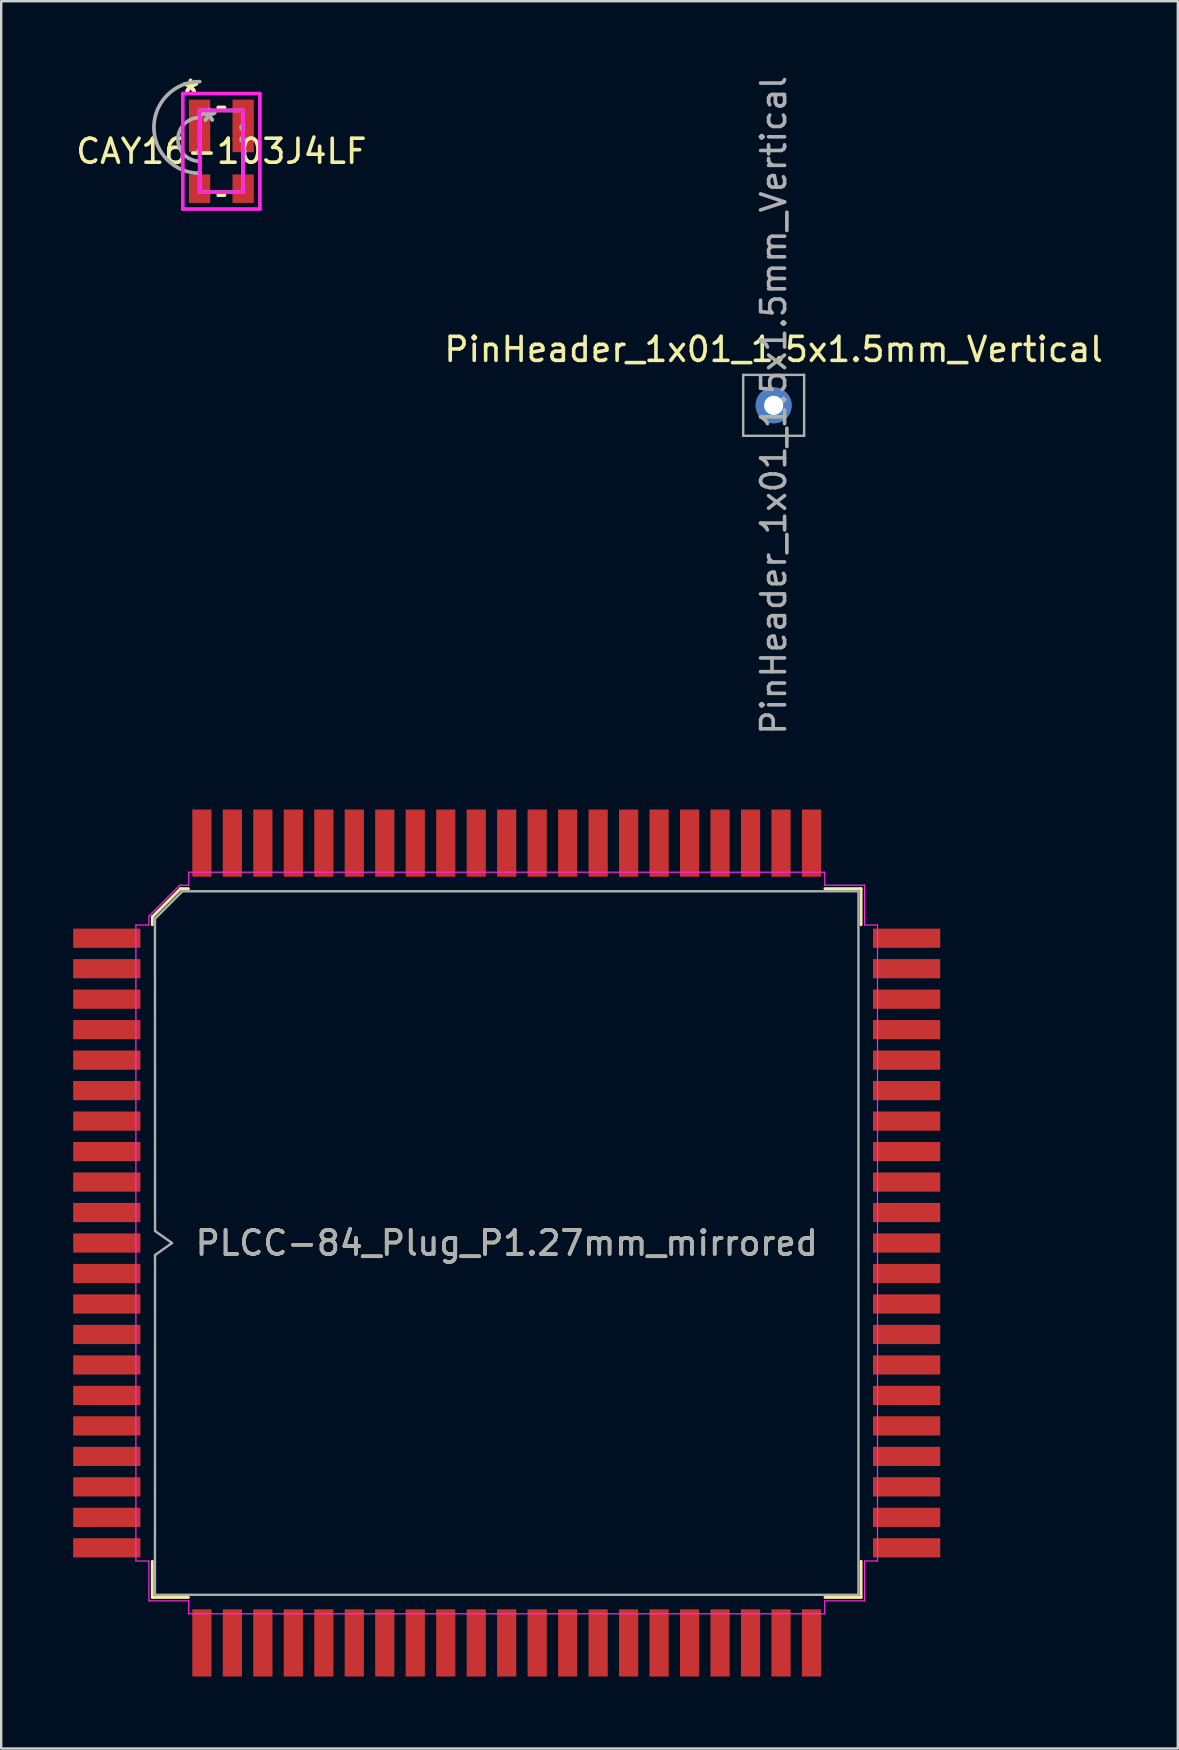
<source format=kicad_pcb>
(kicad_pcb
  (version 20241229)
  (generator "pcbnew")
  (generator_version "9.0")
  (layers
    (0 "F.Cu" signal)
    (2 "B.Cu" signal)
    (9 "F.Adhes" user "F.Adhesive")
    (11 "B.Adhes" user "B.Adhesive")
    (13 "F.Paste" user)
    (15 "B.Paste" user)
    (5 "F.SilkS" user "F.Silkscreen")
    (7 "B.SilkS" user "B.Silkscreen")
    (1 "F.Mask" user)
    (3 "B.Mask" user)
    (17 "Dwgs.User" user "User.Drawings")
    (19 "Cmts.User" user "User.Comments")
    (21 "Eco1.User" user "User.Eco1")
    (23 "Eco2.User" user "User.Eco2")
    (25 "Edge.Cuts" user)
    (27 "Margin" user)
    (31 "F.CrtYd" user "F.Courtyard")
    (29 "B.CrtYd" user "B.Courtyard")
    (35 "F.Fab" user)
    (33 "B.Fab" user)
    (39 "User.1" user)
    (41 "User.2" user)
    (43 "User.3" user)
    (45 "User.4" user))
  (footprint "PinHeader_1x01_1.5x1.5mm_Vertical"
    (layer "F.Cu")
    (at 29.185 13.839)
    (property "Reference" "PinHeader_1x01_1.5x1.5mm_Vertical" (at 0 -2.33 0) (layer "F.SilkS") (effects (font (size 1 1) (thickness 0.15))))
    (attr through_hole)
    (fp_line (start -1.27 -1.27) (end 1.27 -1.27) (stroke (width 0.1) (type solid)) (layer "F.Fab"))
    (fp_line (start -1.27 1.27) (end -1.27 -1.27) (stroke (width 0.1) (type solid)) (layer "F.Fab"))
    (fp_line (start 1.27 -1.27) (end 1.27 1.27) (stroke (width 0.1) (type solid)) (layer "F.Fab"))
    (fp_line (start 1.27 1.27) (end -1.27 1.27) (stroke (width 0.1) (type solid)) (layer "F.Fab"))
    (fp_text user "${REFERENCE}" (at 0 0 90) (layer "F.Fab") (effects (font (size 1 1) (thickness 0.15))))
    (pad "1" thru_hole oval (at 0 0) (size 1.5 1.5) (drill 0.8) (layers "*.Cu" "*.Mask")))
  (footprint "CAY16-103J4LF"
    (layer "F.Cu")
    (at 6.173 3.254)
    (property "Reference" "CAY16-103J4LF" (at 0 0 0) (layer "F.SilkS") (effects (font (size 1 1) (thickness 0.15))))
    (attr through_hole)
    (fp_line (start -0.131 -1.829) (end 0.131 -1.829) (stroke (width 0.152) (type solid)) (layer "F.SilkS"))
    (fp_line (start -0.131 1.829) (end 0.131 1.829) (stroke (width 0.152) (type solid)) (layer "F.SilkS"))
    (fp_line (start -1.606 -2.406) (end 1.606 -2.406) (stroke (width 0.152) (type solid)) (layer "F.CrtYd"))
    (fp_line (start -1.606 2.406) (end -1.606 -2.406) (stroke (width 0.152) (type solid)) (layer "F.CrtYd"))
    (fp_line (start -0.902 -1.702) (end 0.902 -1.702) (stroke (width 0.152) (type solid)) (layer "F.CrtYd"))
    (fp_line (start -0.902 1.702) (end -0.902 -1.702) (stroke (width 0.152) (type solid)) (layer "F.CrtYd"))
    (fp_line (start 0.902 -1.702) (end 0.902 1.702) (stroke (width 0.152) (type solid)) (layer "F.CrtYd"))
    (fp_line (start 0.902 1.702) (end -0.902 1.702) (stroke (width 0.152) (type solid)) (layer "F.CrtYd"))
    (fp_line (start 1.606 -2.406) (end 1.606 2.406) (stroke (width 0.152) (type solid)) (layer "F.CrtYd"))
    (fp_line (start 1.606 2.406) (end -1.606 2.406) (stroke (width 0.152) (type solid)) (layer "F.CrtYd"))
    (fp_line (start -0.902 -1.702) (end 0.902 -1.702) (stroke (width 0.152) (type solid)) (layer "F.Fab"))
    (fp_line (start -0.902 -1.075) (end -0.902 -0.414) (stroke (width 0.152) (type solid)) (layer "F.Fab"))
    (fp_line (start -0.902 -0.914) (end -0.902 -1.702) (stroke (width 0.152) (type solid)) (layer "F.Fab"))
    (fp_line (start -0.902 -0.575) (end -0.902 0.086) (stroke (width 0.152) (type solid)) (layer "F.Fab"))
    (fp_line (start -0.902 -0.074) (end -0.902 0.914) (stroke (width 0.152) (type solid)) (layer "F.Fab"))
    (fp_line (start -0.902 0.914) (end -0.902 1.702) (stroke (width 0.152) (type solid)) (layer "F.Fab"))
    (fp_line (start -0.902 1.702) (end 0.902 1.702) (stroke (width 0.152) (type solid)) (layer "F.Fab"))
    (fp_line (start -0.648 -1.702) (end -0.902 -1.448) (stroke (width 0.152) (type solid)) (layer "F.Fab"))
    (fp_line (start 0.902 -1.075) (end 0.902 -0.414) (stroke (width 0.152) (type solid)) (layer "F.Fab"))
    (fp_line (start 0.902 -0.914) (end 0.902 -1.702) (stroke (width 0.152) (type solid)) (layer "F.Fab"))
    (fp_line (start 0.902 -0.575) (end 0.902 0.086) (stroke (width 0.152) (type solid)) (layer "F.Fab"))
    (fp_line (start 0.902 -0.074) (end 0.902 0.914) (stroke (width 0.152) (type solid)) (layer "F.Fab"))
    (fp_line (start 0.902 0.914) (end 0.902 1.702) (stroke (width 0.152) (type solid)) (layer "F.Fab"))
    (fp_arc (start -0.9017 0.074422) (mid -0.970407 0.005715) (end -0.9017 -0.062992) (stroke (width 0.1524) (type solid)) (layer "F.Fab"))
    (fp_arc (start -0.9017 0.414274) (mid -1.810385 -0.494411) (end -0.9017 -1.403096) (stroke (width 0.1524) (type solid)) (layer "F.Fab"))
    (fp_arc (start -0.9017 0.9144) (mid -2.810637 -0.994537) (end -0.9017 -2.903474) (stroke (width 0.1524) (type solid)) (layer "F.Fab"))
    (fp_arc (start 0.9017 -0.9144) (mid 0.821563 -0.994537) (end 0.9017 -1.074674) (stroke (width 0.1524) (type solid)) (layer "F.Fab"))
    (fp_arc (start 0.9017 -0.414274) (mid 0.821563 -0.494411) (end 0.9017 -0.574548) (stroke (width 0.1524) (type solid)) (layer "F.Fab"))
    (fp_arc (start 0.9017 -0.074422) (mid 0.981837 0.005715) (end 0.9017 0.085852) (stroke (width 0.1524) (type solid)) (layer "F.Fab"))
    (fp_text user "*" (at -1.283 -2.406 0) (layer "F.SilkS") (effects (font (size 1 1) (thickness 0.15))))
    (fp_text user "*" (at -1.283 -2.406 0) (layer "F.SilkS") (effects (font (size 1 1) (thickness 0.15))))
    (fp_text user "Copyright 2016 Accelerated Designs. All rights reserved." (at 0 0 0) (layer "Cmts.User") (effects (font (size 0.127 0.127) (thickness 0.002))))
    (fp_text user "*" (at -0.521 -1.194 0) (layer "F.Fab") (effects (font (size 1 1) (thickness 0.15))))
    (fp_text user "*" (at -0.521 -1.194 0) (layer "F.Fab") (effects (font (size 1 1) (thickness 0.15))))
    (pad "1" smd rect (at -0.908 -1.558) (size 0.888 1.187) (layers "F.Cu" "F.Mask" "F.Paste"))
    (pad "2" smd rect (at -0.908 -0.744) (size 0.888 0.56) (layers "F.Cu" "F.Mask" "F.Paste"))
    (pad "3" smd rect (at -0.908 -0.244) (size 0.888 0.56) (layers "F.Cu" "F.Mask" "F.Paste"))
    (pad "4" smd rect (at -0.908 1.558) (size 0.888 1.187) (layers "F.Cu" "F.Mask" "F.Paste"))
    (pad "5" smd rect (at 0.908 1.558) (size 0.888 1.187) (layers "F.Cu" "F.Mask" "F.Paste"))
    (pad "6" smd rect (at 0.908 -0.244) (size 0.888 0.56) (layers "F.Cu" "F.Mask" "F.Paste"))
    (pad "7" smd rect (at 0.908 -0.744) (size 0.888 0.56) (layers "F.Cu" "F.Mask" "F.Paste"))
    (pad "8" smd rect (at 0.908 -1.558) (size 0.888 1.187) (layers "F.Cu" "F.Mask" "F.Paste")))
  (footprint "PLCC-84_Plug_P1.27mm_mirrored"
    (layer "F.Cu")
    (at 18.062 48.741)
    (property "Reference" "PLCC-84_Plug_P1.27mm_mirrored" (at 0 0.001 0) (layer "F.SilkS") (effects (font (size 1 1) (thickness 0.15))))
    (attr smd)
    (fp_line (start -14.766 -13.591) (end -14.766 -13.26) (stroke (width 0.12) (type solid)) (layer "F.SilkS"))
    (fp_line (start -14.766 14.766) (end -14.766 13.26) (stroke (width 0.12) (type solid)) (layer "F.SilkS"))
    (fp_line (start -13.591 -14.766) (end -14.766 -13.591) (stroke (width 0.12) (type solid)) (layer "F.SilkS"))
    (fp_line (start -13.26 -14.766) (end -13.591 -14.766) (stroke (width 0.12) (type solid)) (layer "F.SilkS"))
    (fp_line (start -13.26 14.766) (end -14.766 14.766) (stroke (width 0.12) (type solid)) (layer "F.SilkS"))
    (fp_line (start 13.26 -14.766) (end 14.766 -14.766) (stroke (width 0.12) (type solid)) (layer "F.SilkS"))
    (fp_line (start 13.26 14.766) (end 14.766 14.766) (stroke (width 0.12) (type solid)) (layer "F.SilkS"))
    (fp_line (start 14.766 -14.766) (end 14.766 -13.26) (stroke (width 0.12) (type solid)) (layer "F.SilkS"))
    (fp_line (start 14.766 14.766) (end 14.766 13.26) (stroke (width 0.12) (type solid)) (layer "F.SilkS"))
    (fp_line (start -15.45 -13.25) (end -15.45 0) (stroke (width 0.05) (type solid)) (layer "F.CrtYd"))
    (fp_line (start -15.45 13.25) (end -15.45 0) (stroke (width 0.05) (type solid)) (layer "F.CrtYd"))
    (fp_line (start -14.91 -13.62) (end -14.91 -13.25) (stroke (width 0.05) (type solid)) (layer "F.CrtYd"))
    (fp_line (start -14.91 -13.25) (end -15.45 -13.25) (stroke (width 0.05) (type solid)) (layer "F.CrtYd"))
    (fp_line (start -14.91 13.25) (end -15.45 13.25) (stroke (width 0.05) (type solid)) (layer "F.CrtYd"))
    (fp_line (start -14.91 14.91) (end -14.91 13.25) (stroke (width 0.05) (type solid)) (layer "F.CrtYd"))
    (fp_line (start -13.62 -14.91) (end -14.91 -13.62) (stroke (width 0.05) (type solid)) (layer "F.CrtYd"))
    (fp_line (start -13.25 -15.45) (end -13.25 -14.91) (stroke (width 0.05) (type solid)) (layer "F.CrtYd"))
    (fp_line (start -13.25 -14.91) (end -13.62 -14.91) (stroke (width 0.05) (type solid)) (layer "F.CrtYd"))
    (fp_line (start -13.25 14.91) (end -14.91 14.91) (stroke (width 0.05) (type solid)) (layer "F.CrtYd"))
    (fp_line (start -13.25 15.45) (end -13.25 14.91) (stroke (width 0.05) (type solid)) (layer "F.CrtYd"))
    (fp_line (start 0 -15.45) (end -13.25 -15.45) (stroke (width 0.05) (type solid)) (layer "F.CrtYd"))
    (fp_line (start 0 -15.45) (end 13.25 -15.45) (stroke (width 0.05) (type solid)) (layer "F.CrtYd"))
    (fp_line (start 0 15.45) (end -13.25 15.45) (stroke (width 0.05) (type solid)) (layer "F.CrtYd"))
    (fp_line (start 0 15.45) (end 13.25 15.45) (stroke (width 0.05) (type solid)) (layer "F.CrtYd"))
    (fp_line (start 13.25 -15.45) (end 13.25 -14.91) (stroke (width 0.05) (type solid)) (layer "F.CrtYd"))
    (fp_line (start 13.25 -14.91) (end 14.91 -14.91) (stroke (width 0.05) (type solid)) (layer "F.CrtYd"))
    (fp_line (start 13.25 14.91) (end 14.91 14.91) (stroke (width 0.05) (type solid)) (layer "F.CrtYd"))
    (fp_line (start 13.25 15.45) (end 13.25 14.91) (stroke (width 0.05) (type solid)) (layer "F.CrtYd"))
    (fp_line (start 14.91 -14.91) (end 14.91 -13.25) (stroke (width 0.05) (type solid)) (layer "F.CrtYd"))
    (fp_line (start 14.91 -13.25) (end 15.45 -13.25) (stroke (width 0.05) (type solid)) (layer "F.CrtYd"))
    (fp_line (start 14.91 13.25) (end 15.45 13.25) (stroke (width 0.05) (type solid)) (layer "F.CrtYd"))
    (fp_line (start 14.91 14.91) (end 14.91 13.25) (stroke (width 0.05) (type solid)) (layer "F.CrtYd"))
    (fp_line (start 15.45 -13.25) (end 15.45 0) (stroke (width 0.05) (type solid)) (layer "F.CrtYd"))
    (fp_line (start 15.45 13.25) (end 15.45 0) (stroke (width 0.05) (type solid)) (layer "F.CrtYd"))
    (fp_line (start -14.656 -13.513) (end -13.513 -14.656) (stroke (width 0.1) (type solid)) (layer "F.Fab"))
    (fp_line (start -14.656 14.656) (end -14.652 0.5) (stroke (width 0.1) (type solid)) (layer "F.Fab"))
    (fp_line (start -14.652 -0.5) (end -14.656 -13.513) (stroke (width 0.1) (type solid)) (layer "F.Fab"))
    (fp_line (start -14.652 0.5) (end -13.945 0) (stroke (width 0.1) (type solid)) (layer "F.Fab"))
    (fp_line (start -13.945 0) (end -14.652 -0.5) (stroke (width 0.1) (type solid)) (layer "F.Fab"))
    (fp_line (start -13.513 -14.656) (end 14.656 -14.656) (stroke (width 0.1) (type solid)) (layer "F.Fab"))
    (fp_line (start 14.656 -14.656) (end 14.656 14.656) (stroke (width 0.1) (type solid)) (layer "F.Fab"))
    (fp_line (start 14.656 14.656) (end -14.656 14.656) (stroke (width 0.1) (type solid)) (layer "F.Fab"))
    (fp_text user "${REFERENCE}" (at 0 0 0) (layer "F.Fab") (effects (font (size 1 1) (thickness 0.15))))
    (pad "1" smd rect (at -16.662 0) (size 2.8 0.8) (layers "F.Cu" "F.Mask" "F.Paste"))
    (pad "2" smd rect (at -16.662 -1.27) (size 2.8 0.8) (layers "F.Cu" "F.Mask" "F.Paste"))
    (pad "3" smd rect (at -16.662 -2.54) (size 2.8 0.8) (layers "F.Cu" "F.Mask" "F.Paste"))
    (pad "4" smd rect (at -16.662 -3.81) (size 2.8 0.8) (layers "F.Cu" "F.Mask" "F.Paste"))
    (pad "5" smd rect (at -16.662 -5.08) (size 2.8 0.8) (layers "F.Cu" "F.Mask" "F.Paste"))
    (pad "6" smd rect (at -16.662 -6.35) (size 2.8 0.8) (layers "F.Cu" "F.Mask" "F.Paste"))
    (pad "7" smd rect (at -16.662 -7.62) (size 2.8 0.8) (layers "F.Cu" "F.Mask" "F.Paste"))
    (pad "8" smd rect (at -16.662 -8.89) (size 2.8 0.8) (layers "F.Cu" "F.Mask" "F.Paste"))
    (pad "9" smd rect (at -16.662 -10.16) (size 2.8 0.8) (layers "F.Cu" "F.Mask" "F.Paste"))
    (pad "10" smd rect (at -16.662 -11.43) (size 2.8 0.8) (layers "F.Cu" "F.Mask" "F.Paste"))
    (pad "11" smd rect (at -16.662 -12.7) (size 2.8 0.8) (layers "F.Cu" "F.Mask" "F.Paste"))
    (pad "12" smd rect (at -12.7 -16.662) (size 0.8 2.8) (layers "F.Cu" "F.Mask" "F.Paste"))
    (pad "13" smd rect (at -11.43 -16.662) (size 0.8 2.8) (layers "F.Cu" "F.Mask" "F.Paste"))
    (pad "14" smd rect (at -10.16 -16.662) (size 0.8 2.8) (layers "F.Cu" "F.Mask" "F.Paste"))
    (pad "15" smd rect (at -8.89 -16.662) (size 0.8 2.8) (layers "F.Cu" "F.Mask" "F.Paste"))
    (pad "16" smd rect (at -7.62 -16.662) (size 0.8 2.8) (layers "F.Cu" "F.Mask" "F.Paste"))
    (pad "17" smd rect (at -6.35 -16.662) (size 0.8 2.8) (layers "F.Cu" "F.Mask" "F.Paste"))
    (pad "18" smd rect (at -5.08 -16.662) (size 0.8 2.8) (layers "F.Cu" "F.Mask" "F.Paste"))
    (pad "19" smd rect (at -3.81 -16.662) (size 0.8 2.8) (layers "F.Cu" "F.Mask" "F.Paste"))
    (pad "20" smd rect (at -2.54 -16.662) (size 0.8 2.8) (layers "F.Cu" "F.Mask" "F.Paste"))
    (pad "21" smd rect (at -1.27 -16.662) (size 0.8 2.8) (layers "F.Cu" "F.Mask" "F.Paste"))
    (pad "22" smd rect (at 0 -16.662) (size 0.8 2.8) (layers "F.Cu" "F.Mask" "F.Paste"))
    (pad "23" smd rect (at 1.27 -16.662) (size 0.8 2.8) (layers "F.Cu" "F.Mask" "F.Paste"))
    (pad "24" smd rect (at 2.54 -16.662) (size 0.8 2.8) (layers "F.Cu" "F.Mask" "F.Paste"))
    (pad "25" smd rect (at 3.81 -16.662) (size 0.8 2.8) (layers "F.Cu" "F.Mask" "F.Paste"))
    (pad "26" smd rect (at 5.08 -16.662) (size 0.8 2.8) (layers "F.Cu" "F.Mask" "F.Paste"))
    (pad "27" smd rect (at 6.35 -16.662) (size 0.8 2.8) (layers "F.Cu" "F.Mask" "F.Paste"))
    (pad "28" smd rect (at 7.62 -16.662) (size 0.8 2.8) (layers "F.Cu" "F.Mask" "F.Paste"))
    (pad "29" smd rect (at 8.89 -16.662) (size 0.8 2.8) (layers "F.Cu" "F.Mask" "F.Paste"))
    (pad "30" smd rect (at 10.16 -16.662) (size 0.8 2.8) (layers "F.Cu" "F.Mask" "F.Paste"))
    (pad "31" smd rect (at 11.43 -16.662) (size 0.8 2.8) (layers "F.Cu" "F.Mask" "F.Paste"))
    (pad "32" smd rect (at 12.7 -16.662) (size 0.8 2.8) (layers "F.Cu" "F.Mask" "F.Paste"))
    (pad "33" smd rect (at 16.662 -12.7) (size 2.8 0.8) (layers "F.Cu" "F.Mask" "F.Paste"))
    (pad "34" smd rect (at 16.662 -11.43) (size 2.8 0.8) (layers "F.Cu" "F.Mask" "F.Paste"))
    (pad "35" smd rect (at 16.662 -10.16) (size 2.8 0.8) (layers "F.Cu" "F.Mask" "F.Paste"))
    (pad "36" smd rect (at 16.662 -8.89) (size 2.8 0.8) (layers "F.Cu" "F.Mask" "F.Paste"))
    (pad "37" smd rect (at 16.662 -7.62) (size 2.8 0.8) (layers "F.Cu" "F.Mask" "F.Paste"))
    (pad "38" smd rect (at 16.662 -6.35) (size 2.8 0.8) (layers "F.Cu" "F.Mask" "F.Paste"))
    (pad "39" smd rect (at 16.662 -5.08) (size 2.8 0.8) (layers "F.Cu" "F.Mask" "F.Paste"))
    (pad "40" smd rect (at 16.662 -3.81) (size 2.8 0.8) (layers "F.Cu" "F.Mask" "F.Paste"))
    (pad "41" smd rect (at 16.662 -2.54) (size 2.8 0.8) (layers "F.Cu" "F.Mask" "F.Paste"))
    (pad "42" smd rect (at 16.662 -1.27) (size 2.8 0.8) (layers "F.Cu" "F.Mask" "F.Paste"))
    (pad "43" smd rect (at 16.662 0) (size 2.8 0.8) (layers "F.Cu" "F.Mask" "F.Paste"))
    (pad "44" smd rect (at 16.662 1.27) (size 2.8 0.8) (layers "F.Cu" "F.Mask" "F.Paste"))
    (pad "45" smd rect (at 16.662 2.54) (size 2.8 0.8) (layers "F.Cu" "F.Mask" "F.Paste"))
    (pad "46" smd rect (at 16.662 3.81) (size 2.8 0.8) (layers "F.Cu" "F.Mask" "F.Paste"))
    (pad "47" smd rect (at 16.662 5.08) (size 2.8 0.8) (layers "F.Cu" "F.Mask" "F.Paste"))
    (pad "48" smd rect (at 16.662 6.35) (size 2.8 0.8) (layers "F.Cu" "F.Mask" "F.Paste"))
    (pad "49" smd rect (at 16.662 7.62) (size 2.8 0.8) (layers "F.Cu" "F.Mask" "F.Paste"))
    (pad "50" smd rect (at 16.662 8.89) (size 2.8 0.8) (layers "F.Cu" "F.Mask" "F.Paste"))
    (pad "51" smd rect (at 16.662 10.16) (size 2.8 0.8) (layers "F.Cu" "F.Mask" "F.Paste"))
    (pad "52" smd rect (at 16.662 11.43) (size 2.8 0.8) (layers "F.Cu" "F.Mask" "F.Paste"))
    (pad "53" smd rect (at 16.662 12.7) (size 2.8 0.8) (layers "F.Cu" "F.Mask" "F.Paste"))
    (pad "54" smd rect (at 12.7 16.662) (size 0.8 2.8) (layers "F.Cu" "F.Mask" "F.Paste"))
    (pad "55" smd rect (at 11.43 16.662) (size 0.8 2.8) (layers "F.Cu" "F.Mask" "F.Paste"))
    (pad "56" smd rect (at 10.16 16.662) (size 0.8 2.8) (layers "F.Cu" "F.Mask" "F.Paste"))
    (pad "57" smd rect (at 8.89 16.662) (size 0.8 2.8) (layers "F.Cu" "F.Mask" "F.Paste"))
    (pad "58" smd rect (at 7.62 16.662) (size 0.8 2.8) (layers "F.Cu" "F.Mask" "F.Paste"))
    (pad "59" smd rect (at 6.35 16.662) (size 0.8 2.8) (layers "F.Cu" "F.Mask" "F.Paste"))
    (pad "60" smd rect (at 5.08 16.662) (size 0.8 2.8) (layers "F.Cu" "F.Mask" "F.Paste"))
    (pad "61" smd rect (at 3.81 16.662) (size 0.8 2.8) (layers "F.Cu" "F.Mask" "F.Paste"))
    (pad "62" smd rect (at 2.54 16.662) (size 0.8 2.8) (layers "F.Cu" "F.Mask" "F.Paste"))
    (pad "63" smd rect (at 1.27 16.662) (size 0.8 2.8) (layers "F.Cu" "F.Mask" "F.Paste"))
    (pad "64" smd rect (at 0 16.662) (size 0.8 2.8) (layers "F.Cu" "F.Mask" "F.Paste"))
    (pad "65" smd rect (at -1.27 16.662) (size 0.8 2.8) (layers "F.Cu" "F.Mask" "F.Paste"))
    (pad "66" smd rect (at -2.54 16.662) (size 0.8 2.8) (layers "F.Cu" "F.Mask" "F.Paste"))
    (pad "67" smd rect (at -3.81 16.662) (size 0.8 2.8) (layers "F.Cu" "F.Mask" "F.Paste"))
    (pad "68" smd rect (at -5.08 16.662) (size 0.8 2.8) (layers "F.Cu" "F.Mask" "F.Paste"))
    (pad "69" smd rect (at -6.35 16.662) (size 0.8 2.8) (layers "F.Cu" "F.Mask" "F.Paste"))
    (pad "70" smd rect (at -7.62 16.662) (size 0.8 2.8) (layers "F.Cu" "F.Mask" "F.Paste"))
    (pad "71" smd rect (at -8.89 16.662) (size 0.8 2.8) (layers "F.Cu" "F.Mask" "F.Paste"))
    (pad "72" smd rect (at -10.16 16.662) (size 0.8 2.8) (layers "F.Cu" "F.Mask" "F.Paste"))
    (pad "73" smd rect (at -11.43 16.662) (size 0.8 2.8) (layers "F.Cu" "F.Mask" "F.Paste"))
    (pad "74" smd rect (at -12.7 16.662) (size 0.8 2.8) (layers "F.Cu" "F.Mask" "F.Paste"))
    (pad "75" smd rect (at -16.662 12.7) (size 2.8 0.8) (layers "F.Cu" "F.Mask" "F.Paste"))
    (pad "76" smd rect (at -16.662 11.43) (size 2.8 0.8) (layers "F.Cu" "F.Mask" "F.Paste"))
    (pad "77" smd rect (at -16.662 10.16) (size 2.8 0.8) (layers "F.Cu" "F.Mask" "F.Paste"))
    (pad "78" smd rect (at -16.662 8.89) (size 2.8 0.8) (layers "F.Cu" "F.Mask" "F.Paste"))
    (pad "79" smd rect (at -16.662 7.62) (size 2.8 0.8) (layers "F.Cu" "F.Mask" "F.Paste"))
    (pad "80" smd rect (at -16.662 6.35) (size 2.8 0.8) (layers "F.Cu" "F.Mask" "F.Paste"))
    (pad "81" smd rect (at -16.662 5.08) (size 2.8 0.8) (layers "F.Cu" "F.Mask" "F.Paste"))
    (pad "82" smd rect (at -16.662 3.81) (size 2.8 0.8) (layers "F.Cu" "F.Mask" "F.Paste"))
    (pad "83" smd rect (at -16.662 2.54) (size 2.8 0.8) (layers "F.Cu" "F.Mask" "F.Paste"))
    (pad "84" smd rect (at -16.662 1.27) (size 2.8 0.8) (layers "F.Cu" "F.Mask" "F.Paste")))
  (gr_rect
    (start -3 -3)
    (end 46.024 69.803)
    (stroke (width 0.1) (type default))
    (fill no)
    (layer "Edge.Cuts")))
</source>
